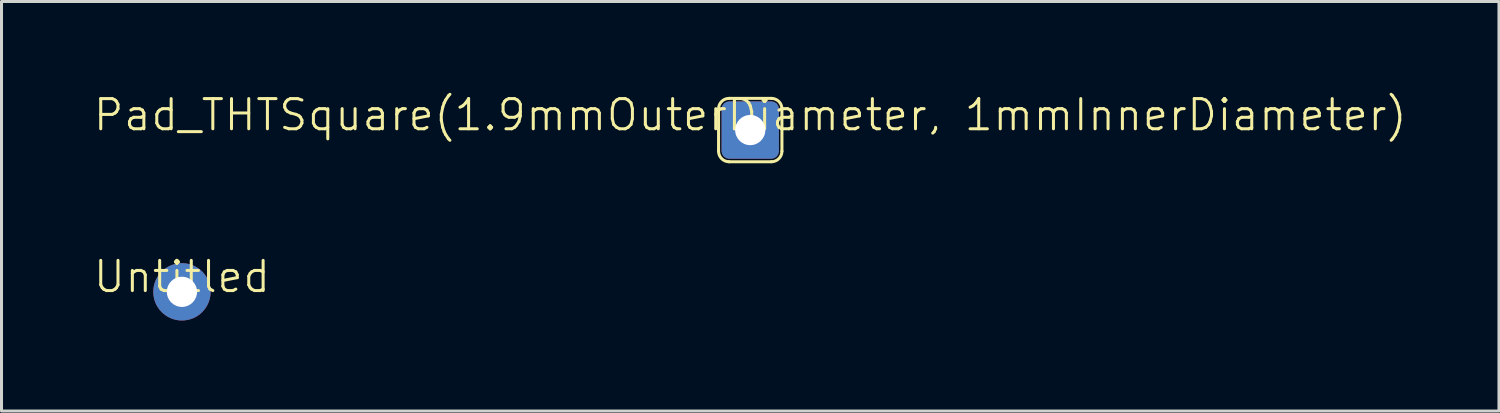
<source format=kicad_pcb>
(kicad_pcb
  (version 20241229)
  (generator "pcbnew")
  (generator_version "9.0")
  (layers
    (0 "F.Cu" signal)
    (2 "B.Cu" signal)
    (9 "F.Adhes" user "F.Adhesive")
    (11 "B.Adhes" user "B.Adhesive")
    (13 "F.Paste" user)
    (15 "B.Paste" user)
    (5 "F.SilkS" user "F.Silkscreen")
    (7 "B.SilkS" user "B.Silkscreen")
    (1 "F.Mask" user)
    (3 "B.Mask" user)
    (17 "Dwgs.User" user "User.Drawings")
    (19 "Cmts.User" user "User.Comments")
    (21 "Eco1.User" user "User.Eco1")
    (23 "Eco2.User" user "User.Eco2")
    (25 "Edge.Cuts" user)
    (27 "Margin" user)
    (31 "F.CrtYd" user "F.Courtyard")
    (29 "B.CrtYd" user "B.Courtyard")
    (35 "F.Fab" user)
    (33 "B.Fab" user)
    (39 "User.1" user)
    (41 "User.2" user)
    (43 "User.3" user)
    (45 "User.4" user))
  (footprint "Pad_THTSquare(1.9mmOuterDiameter, 1mmInnerDiameter)"
    (layer "F.Cu")
    (at 21.812 1.26)
    (property "Reference" "Pad_THTSquare(1.9mmOuterDiameter, 1mmInnerDiameter)" (at 0 -0.5 0) (unlocked yes) (layer "F.SilkS") (effects (font (size 1 1) (thickness 0.1))))
    (attr smd)
    (fp_line (start -1.05 0.7) (end -1.05 -0.7) (stroke (width 0.1) (type default)) (layer "F.SilkS"))
    (fp_line (start -0.7 -1.05) (end 0.7 -1.05) (stroke (width 0.1) (type default)) (layer "F.SilkS"))
    (fp_line (start 0.7 1.05) (end -0.7 1.05) (stroke (width 0.1) (type default)) (layer "F.SilkS"))
    (fp_line (start 1.05 -0.7) (end 1.05 0.7) (stroke (width 0.1) (type default)) (layer "F.SilkS"))
    (fp_arc (start -1.05 -0.7) (mid -0.947487 -0.947487) (end -0.7 -1.05) (stroke (width 0.1) (type default)) (layer "F.SilkS"))
    (fp_arc (start -0.7 1.05) (mid -0.947487 0.947487) (end -1.05 0.7) (stroke (width 0.1) (type default)) (layer "F.SilkS"))
    (fp_arc (start 0.7 -1.05) (mid 0.947487 -0.947487) (end 1.05 -0.7) (stroke (width 0.1) (type default)) (layer "F.SilkS"))
    (fp_arc (start 1.05 0.7) (mid 0.947487 0.947487) (end 0.7 1.05) (stroke (width 0.1) (type default)) (layer "F.SilkS"))
    (pad "1" thru_hole roundrect (at 0 0) (size 1.9 1.9) (drill 1) (layers "*.Cu" "*.Mask") (roundrect_rratio 0.132)))
  (footprint "Untitled"
    (layer "F.Cu")
    (at 2.979 6.621)
    (property "Reference" "Untitled" (at 0 -0.5 0) (unlocked yes) (layer "F.SilkS") (effects (font (size 1 1) (thickness 0.1))))
    (attr smd)
    (pad "1" thru_hole circle (at 0 0) (size 1.9 1.9) (drill 1) (layers "*.Cu" "*.Mask")))
  (gr_rect
    (start -3 -3)
    (end 46.624 10.571)
    (stroke (width 0.1) (type default))
    (fill no)
    (layer "Edge.Cuts")))
</source>
